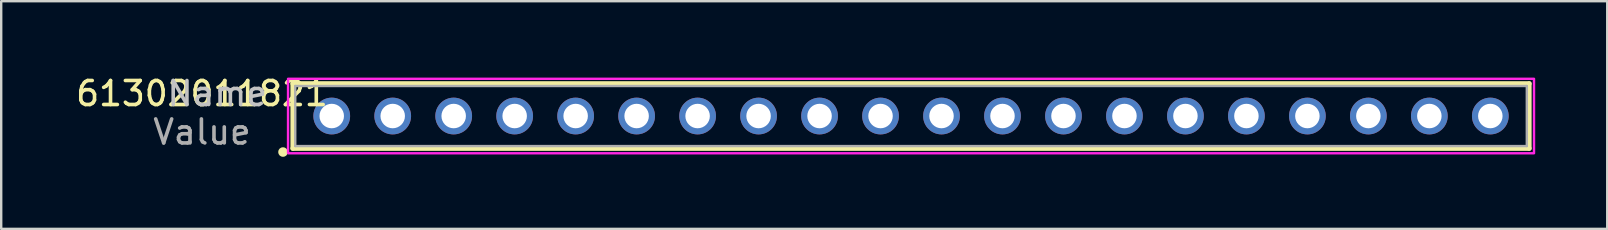
<source format=kicad_pcb>
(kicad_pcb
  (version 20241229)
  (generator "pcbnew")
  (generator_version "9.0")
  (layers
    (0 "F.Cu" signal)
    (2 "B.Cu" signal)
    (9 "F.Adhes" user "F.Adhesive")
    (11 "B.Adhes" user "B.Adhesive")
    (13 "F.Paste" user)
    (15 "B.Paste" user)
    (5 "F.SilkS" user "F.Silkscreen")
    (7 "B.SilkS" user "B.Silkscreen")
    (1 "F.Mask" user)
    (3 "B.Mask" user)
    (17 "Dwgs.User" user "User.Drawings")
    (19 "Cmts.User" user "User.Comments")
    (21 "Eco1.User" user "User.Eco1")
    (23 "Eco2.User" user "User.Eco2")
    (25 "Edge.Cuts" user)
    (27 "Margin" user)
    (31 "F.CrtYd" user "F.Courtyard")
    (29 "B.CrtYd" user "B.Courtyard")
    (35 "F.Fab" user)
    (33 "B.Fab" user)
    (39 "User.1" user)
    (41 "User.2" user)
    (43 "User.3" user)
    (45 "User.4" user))
  (footprint "61302011821"
    (layer "F.Cu")
    (at 34.898 1.783)
    (property "Reference" "61302011821" (at -29.535 -0.935 0) (layer "F.SilkS") (effects (font (size 1 1) (thickness 0.15))))
    (attr through_hole)
    (fp_line (start -25.75 -1.35) (end 25.75 -1.35) (stroke (width 0.2) (type solid)) (layer "F.SilkS"))
    (fp_line (start -25.75 1.35) (end -25.75 -1.35) (stroke (width 0.2) (type solid)) (layer "F.SilkS"))
    (fp_line (start 25.75 -1.35) (end 25.75 1.35) (stroke (width 0.2) (type solid)) (layer "F.SilkS"))
    (fp_line (start 25.75 1.35) (end -25.75 1.35) (stroke (width 0.2) (type solid)) (layer "F.SilkS"))
    (fp_circle (center -26.16 1.5) (end -26.06 1.5) (stroke (width 0.2) (type solid)) (fill no) (layer "F.SilkS"))
    (fp_poly (pts (xy -25.95 -1.55) (xy 25.95 -1.55) (xy 25.95 1.55) (xy -25.95 1.55)) (stroke (width 0.1) (type solid)) (fill no) (layer "F.CrtYd"))
    (fp_line (start -25.65 -1.25) (end -25.65 1.25) (stroke (width 0.1) (type solid)) (layer "F.Fab"))
    (fp_line (start -25.65 1.25) (end 25.65 1.25) (stroke (width 0.1) (type solid)) (layer "F.Fab"))
    (fp_line (start 25.65 -1.25) (end -25.65 -1.25) (stroke (width 0.1) (type solid)) (layer "F.Fab"))
    (fp_line (start 25.65 1.25) (end 25.65 -1.25) (stroke (width 0.1) (type solid)) (layer "F.Fab"))
    (fp_text user "Name" (at -28.9 -0.935 0) (layer "Dwgs.User") (effects (font (size 1 1) (thickness 0.15))))
    (fp_text user "Value" (at -29.535 0.665 0) (layer "F.Fab") (effects (font (size 1 1) (thickness 0.15))))
    (pad "1" thru_hole circle (at -24.13 0) (size 1.53 1.53) (drill 1.02) (layers "*.Cu" "*.Mask"))
    (pad "2" thru_hole circle (at -21.59 0) (size 1.53 1.53) (drill 1.02) (layers "*.Cu" "*.Mask"))
    (pad "3" thru_hole circle (at -19.05 0) (size 1.53 1.53) (drill 1.02) (layers "*.Cu" "*.Mask"))
    (pad "4" thru_hole circle (at -16.51 0) (size 1.53 1.53) (drill 1.02) (layers "*.Cu" "*.Mask"))
    (pad "5" thru_hole circle (at -13.97 0) (size 1.53 1.53) (drill 1.02) (layers "*.Cu" "*.Mask"))
    (pad "6" thru_hole circle (at -11.43 0) (size 1.53 1.53) (drill 1.02) (layers "*.Cu" "*.Mask"))
    (pad "7" thru_hole circle (at -8.89 0) (size 1.53 1.53) (drill 1.02) (layers "*.Cu" "*.Mask"))
    (pad "8" thru_hole circle (at -6.35 0) (size 1.53 1.53) (drill 1.02) (layers "*.Cu" "*.Mask"))
    (pad "9" thru_hole circle (at -3.81 0) (size 1.53 1.53) (drill 1.02) (layers "*.Cu" "*.Mask"))
    (pad "10" thru_hole circle (at -1.27 0) (size 1.53 1.53) (drill 1.02) (layers "*.Cu" "*.Mask"))
    (pad "11" thru_hole circle (at 1.27 0) (size 1.53 1.53) (drill 1.02) (layers "*.Cu" "*.Mask"))
    (pad "12" thru_hole circle (at 3.81 0) (size 1.53 1.53) (drill 1.02) (layers "*.Cu" "*.Mask"))
    (pad "13" thru_hole circle (at 6.35 0) (size 1.53 1.53) (drill 1.02) (layers "*.Cu" "*.Mask"))
    (pad "14" thru_hole circle (at 8.89 0) (size 1.53 1.53) (drill 1.02) (layers "*.Cu" "*.Mask"))
    (pad "15" thru_hole circle (at 11.43 0) (size 1.53 1.53) (drill 1.02) (layers "*.Cu" "*.Mask"))
    (pad "16" thru_hole circle (at 13.97 0) (size 1.53 1.53) (drill 1.02) (layers "*.Cu" "*.Mask"))
    (pad "17" thru_hole circle (at 16.51 0) (size 1.53 1.53) (drill 1.02) (layers "*.Cu" "*.Mask"))
    (pad "18" thru_hole circle (at 19.05 0) (size 1.53 1.53) (drill 1.02) (layers "*.Cu" "*.Mask"))
    (pad "19" thru_hole circle (at 21.59 0) (size 1.53 1.53) (drill 1.02) (layers "*.Cu" "*.Mask"))
    (pad "20" thru_hole circle (at 24.13 0) (size 1.53 1.53) (drill 1.02) (layers "*.Cu" "*.Mask")))
  (gr_rect
    (start -3 -3)
    (end 63.898 6.483)
    (stroke (width 0.1) (type default))
    (fill no)
    (layer "Edge.Cuts")))
</source>
